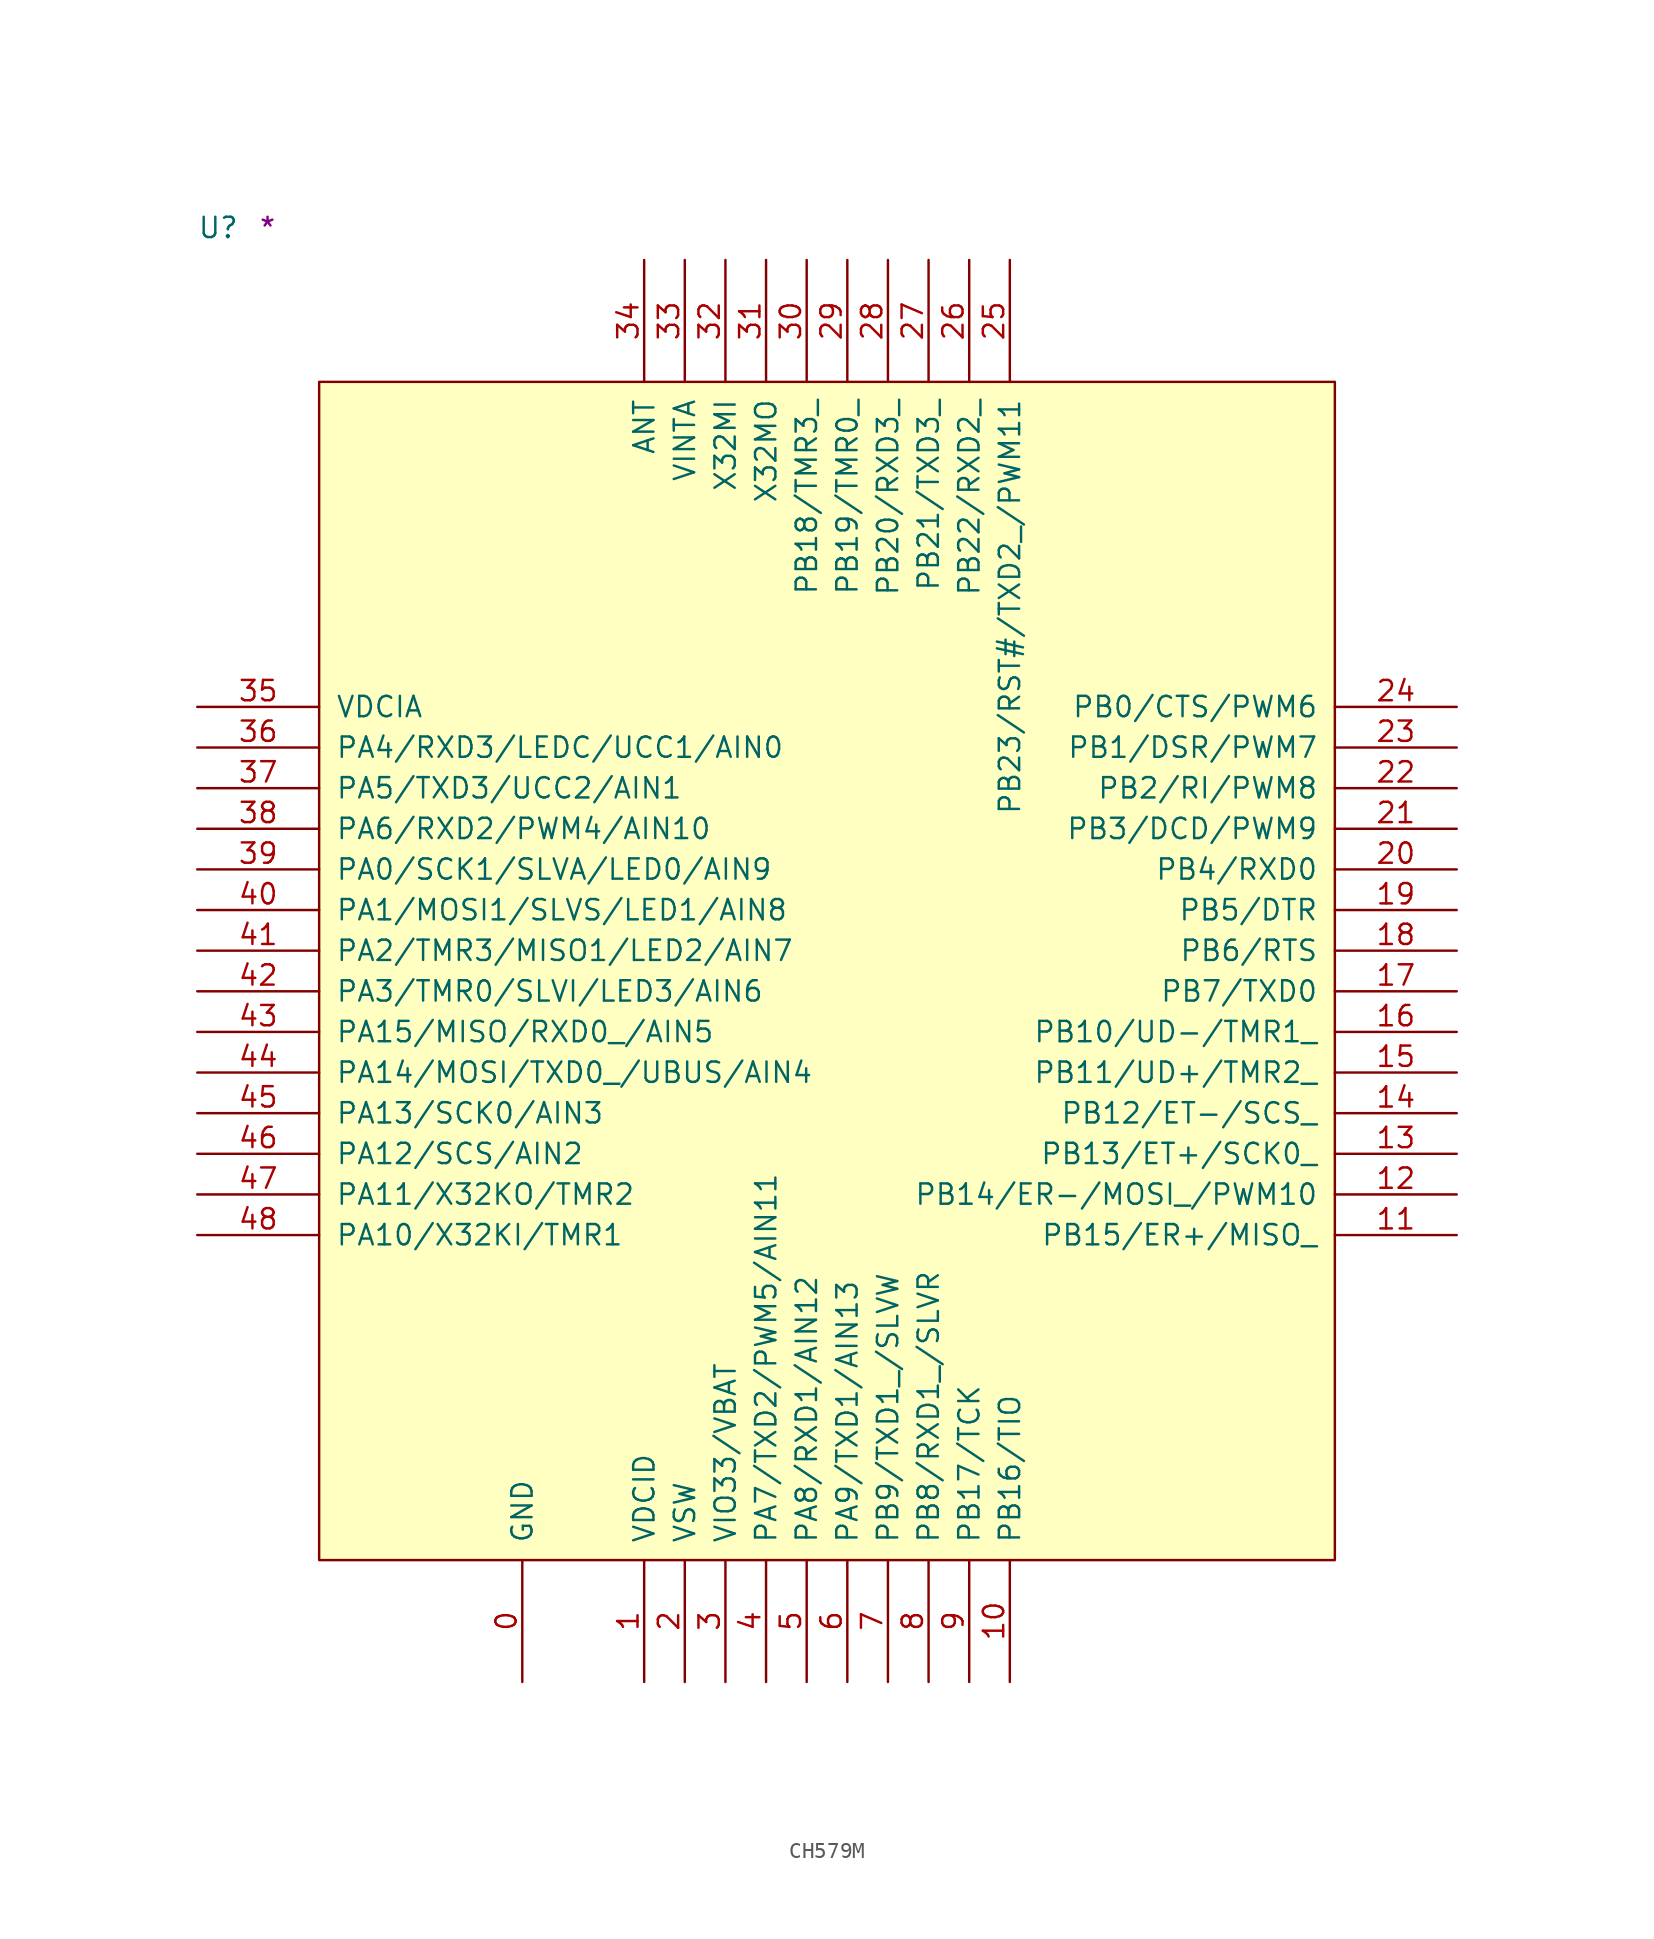
<source format=kicad_sym>
(kicad_symbol_lib
  (version 20211014)
  (generator kicad_symbol_editor)
  (symbol "CH579M"
    (pin_names
      (offset 1.016))
    (property "Reference" "U"
      (at -7.62 8.89 0)
      (effects (font (size 1.27 1.27)) (justify left bottom)))
    (property "Comment" "*"
      (at -3.81 8.89 0)
      (effects (font (size 1.27 1.27)) (justify left bottom)))
    (symbol "CH579M_1_1"
      (rectangle (start 0 -73.66) (end 63.5 0) (stroke (width 0) (type default) (color 0 0 0 0)) (fill (type background)))
      (pin power_in line (at 12.7 -81.28 90) (length 7.62) (name "GND" (effects (font (size 1.27 1.27)))) (number "0" (effects (font (size 1.27 1.27)))))
      (pin power_in line (at 20.32 -81.28 90) (length 7.62) (name "VDCID" (effects (font (size 1.27 1.27)))) (number "1" (effects (font (size 1.27 1.27)))))
      (pin bidirectional line (at 43.18 -81.28 90) (length 7.62) (name "PB16/TIO" (effects (font (size 1.27 1.27)))) (number "10" (effects (font (size 1.27 1.27)))))
      (pin bidirectional line (at 71.12 -53.34 180) (length 7.62) (name "PB15/ER+/MISO_" (effects (font (size 1.27 1.27)))) (number "11" (effects (font (size 1.27 1.27)))))
      (pin bidirectional line (at 71.12 -50.8 180) (length 7.62) (name "PB14/ER-/MOSI_/PWM10" (effects (font (size 1.27 1.27)))) (number "12" (effects (font (size 1.27 1.27)))))
      (pin bidirectional line (at 71.12 -48.26 180) (length 7.62) (name "PB13/ET+/SCK0_" (effects (font (size 1.27 1.27)))) (number "13" (effects (font (size 1.27 1.27)))))
      (pin bidirectional line (at 71.12 -45.72 180) (length 7.62) (name "PB12/ET-/SCS_" (effects (font (size 1.27 1.27)))) (number "14" (effects (font (size 1.27 1.27)))))
      (pin bidirectional line (at 71.12 -43.18 180) (length 7.62) (name "PB11/UD+/TMR2_" (effects (font (size 1.27 1.27)))) (number "15" (effects (font (size 1.27 1.27)))))
      (pin bidirectional line (at 71.12 -40.64 180) (length 7.62) (name "PB10/UD-/TMR1_" (effects (font (size 1.27 1.27)))) (number "16" (effects (font (size 1.27 1.27)))))
      (pin bidirectional line (at 71.12 -38.1 180) (length 7.62) (name "PB7/TXD0" (effects (font (size 1.27 1.27)))) (number "17" (effects (font (size 1.27 1.27)))))
      (pin bidirectional line (at 71.12 -35.56 180) (length 7.62) (name "PB6/RTS" (effects (font (size 1.27 1.27)))) (number "18" (effects (font (size 1.27 1.27)))))
      (pin bidirectional line (at 71.12 -33.02 180) (length 7.62) (name "PB5/DTR" (effects (font (size 1.27 1.27)))) (number "19" (effects (font (size 1.27 1.27)))))
      (pin power_in line (at 22.86 -81.28 90) (length 7.62) (name "VSW" (effects (font (size 1.27 1.27)))) (number "2" (effects (font (size 1.27 1.27)))))
      (pin bidirectional line (at 71.12 -30.48 180) (length 7.62) (name "PB4/RXD0" (effects (font (size 1.27 1.27)))) (number "20" (effects (font (size 1.27 1.27)))))
      (pin bidirectional line (at 71.12 -27.94 180) (length 7.62) (name "PB3/DCD/PWM9" (effects (font (size 1.27 1.27)))) (number "21" (effects (font (size 1.27 1.27)))))
      (pin bidirectional line (at 71.12 -25.4 180) (length 7.62) (name "PB2/RI/PWM8" (effects (font (size 1.27 1.27)))) (number "22" (effects (font (size 1.27 1.27)))))
      (pin bidirectional line (at 71.12 -22.86 180) (length 7.62) (name "PB1/DSR/PWM7" (effects (font (size 1.27 1.27)))) (number "23" (effects (font (size 1.27 1.27)))))
      (pin bidirectional line (at 71.12 -20.32 180) (length 7.62) (name "PB0/CTS/PWM6" (effects (font (size 1.27 1.27)))) (number "24" (effects (font (size 1.27 1.27)))))
      (pin bidirectional line (at 43.18 7.62 270) (length 7.62) (name "PB23/RST#/TXD2_/PWM11" (effects (font (size 1.27 1.27)))) (number "25" (effects (font (size 1.27 1.27)))))
      (pin bidirectional line (at 40.64 7.62 270) (length 7.62) (name "PB22/RXD2_" (effects (font (size 1.27 1.27)))) (number "26" (effects (font (size 1.27 1.27)))))
      (pin bidirectional line (at 38.1 7.62 270) (length 7.62) (name "PB21/TXD3_" (effects (font (size 1.27 1.27)))) (number "27" (effects (font (size 1.27 1.27)))))
      (pin bidirectional line (at 35.56 7.62 270) (length 7.62) (name "PB20/RXD3_" (effects (font (size 1.27 1.27)))) (number "28" (effects (font (size 1.27 1.27)))))
      (pin bidirectional line (at 33.02 7.62 270) (length 7.62) (name "PB19/TMR0_" (effects (font (size 1.27 1.27)))) (number "29" (effects (font (size 1.27 1.27)))))
      (pin power_in line (at 25.4 -81.28 90) (length 7.62) (name "VIO33/VBAT" (effects (font (size 1.27 1.27)))) (number "3" (effects (font (size 1.27 1.27)))))
      (pin bidirectional line (at 30.48 7.62 270) (length 7.62) (name "PB18/TMR3_" (effects (font (size 1.27 1.27)))) (number "30" (effects (font (size 1.27 1.27)))))
      (pin output line (at 27.94 7.62 270) (length 7.62) (name "X32MO" (effects (font (size 1.27 1.27)))) (number "31" (effects (font (size 1.27 1.27)))))
      (pin input line (at 25.4 7.62 270) (length 7.62) (name "X32MI" (effects (font (size 1.27 1.27)))) (number "32" (effects (font (size 1.27 1.27)))))
      (pin power_in line (at 22.86 7.62 270) (length 7.62) (name "VINTA" (effects (font (size 1.27 1.27)))) (number "33" (effects (font (size 1.27 1.27)))))
      (pin bidirectional line (at 20.32 7.62 270) (length 7.62) (name "ANT" (effects (font (size 1.27 1.27)))) (number "34" (effects (font (size 1.27 1.27)))))
      (pin power_in line (at -7.62 -20.32 0) (length 7.62) (name "VDCIA" (effects (font (size 1.27 1.27)))) (number "35" (effects (font (size 1.27 1.27)))))
      (pin bidirectional line (at -7.62 -22.86 0) (length 7.62) (name "PA4/RXD3/LEDC/UCC1/AIN0" (effects (font (size 1.27 1.27)))) (number "36" (effects (font (size 1.27 1.27)))))
      (pin bidirectional line (at -7.62 -25.4 0) (length 7.62) (name "PA5/TXD3/UCC2/AIN1" (effects (font (size 1.27 1.27)))) (number "37" (effects (font (size 1.27 1.27)))))
      (pin bidirectional line (at -7.62 -27.94 0) (length 7.62) (name "PA6/RXD2/PWM4/AIN10" (effects (font (size 1.27 1.27)))) (number "38" (effects (font (size 1.27 1.27)))))
      (pin bidirectional line (at -7.62 -30.48 0) (length 7.62) (name "PA0/SCK1/SLVA/LED0/AIN9" (effects (font (size 1.27 1.27)))) (number "39" (effects (font (size 1.27 1.27)))))
      (pin bidirectional line (at 27.94 -81.28 90) (length 7.62) (name "PA7/TXD2/PWM5/AIN11" (effects (font (size 1.27 1.27)))) (number "4" (effects (font (size 1.27 1.27)))))
      (pin bidirectional line (at -7.62 -33.02 0) (length 7.62) (name "PA1/MOSI1/SLVS/LED1/AIN8" (effects (font (size 1.27 1.27)))) (number "40" (effects (font (size 1.27 1.27)))))
      (pin bidirectional line (at -7.62 -35.56 0) (length 7.62) (name "PA2/TMR3/MISO1/LED2/AIN7" (effects (font (size 1.27 1.27)))) (number "41" (effects (font (size 1.27 1.27)))))
      (pin bidirectional line (at -7.62 -38.1 0) (length 7.62) (name "PA3/TMR0/SLVI/LED3/AIN6" (effects (font (size 1.27 1.27)))) (number "42" (effects (font (size 1.27 1.27)))))
      (pin bidirectional line (at -7.62 -40.64 0) (length 7.62) (name "PA15/MISO/RXD0_/AIN5" (effects (font (size 1.27 1.27)))) (number "43" (effects (font (size 1.27 1.27)))))
      (pin bidirectional line (at -7.62 -43.18 0) (length 7.62) (name "PA14/MOSI/TXD0_/UBUS/AIN4" (effects (font (size 1.27 1.27)))) (number "44" (effects (font (size 1.27 1.27)))))
      (pin bidirectional line (at -7.62 -45.72 0) (length 7.62) (name "PA13/SCK0/AIN3" (effects (font (size 1.27 1.27)))) (number "45" (effects (font (size 1.27 1.27)))))
      (pin bidirectional line (at -7.62 -48.26 0) (length 7.62) (name "PA12/SCS/AIN2" (effects (font (size 1.27 1.27)))) (number "46" (effects (font (size 1.27 1.27)))))
      (pin bidirectional line (at -7.62 -50.8 0) (length 7.62) (name "PA11/X32KO/TMR2" (effects (font (size 1.27 1.27)))) (number "47" (effects (font (size 1.27 1.27)))))
      (pin bidirectional line (at -7.62 -53.34 0) (length 7.62) (name "PA10/X32KI/TMR1" (effects (font (size 1.27 1.27)))) (number "48" (effects (font (size 1.27 1.27)))))
      (pin bidirectional line (at 30.48 -81.28 90) (length 7.62) (name "PA8/RXD1/AIN12" (effects (font (size 1.27 1.27)))) (number "5" (effects (font (size 1.27 1.27)))))
      (pin bidirectional line (at 33.02 -81.28 90) (length 7.62) (name "PA9/TXD1/AIN13" (effects (font (size 1.27 1.27)))) (number "6" (effects (font (size 1.27 1.27)))))
      (pin bidirectional line (at 35.56 -81.28 90) (length 7.62) (name "PB9/TXD1_/SLVW" (effects (font (size 1.27 1.27)))) (number "7" (effects (font (size 1.27 1.27)))))
      (pin bidirectional line (at 38.1 -81.28 90) (length 7.62) (name "PB8/RXD1_/SLVR" (effects (font (size 1.27 1.27)))) (number "8" (effects (font (size 1.27 1.27)))))
      (pin bidirectional line (at 40.64 -81.28 90) (length 7.62) (name "PB17/TCK" (effects (font (size 1.27 1.27)))) (number "9" (effects (font (size 1.27 1.27))))))))
</source>
